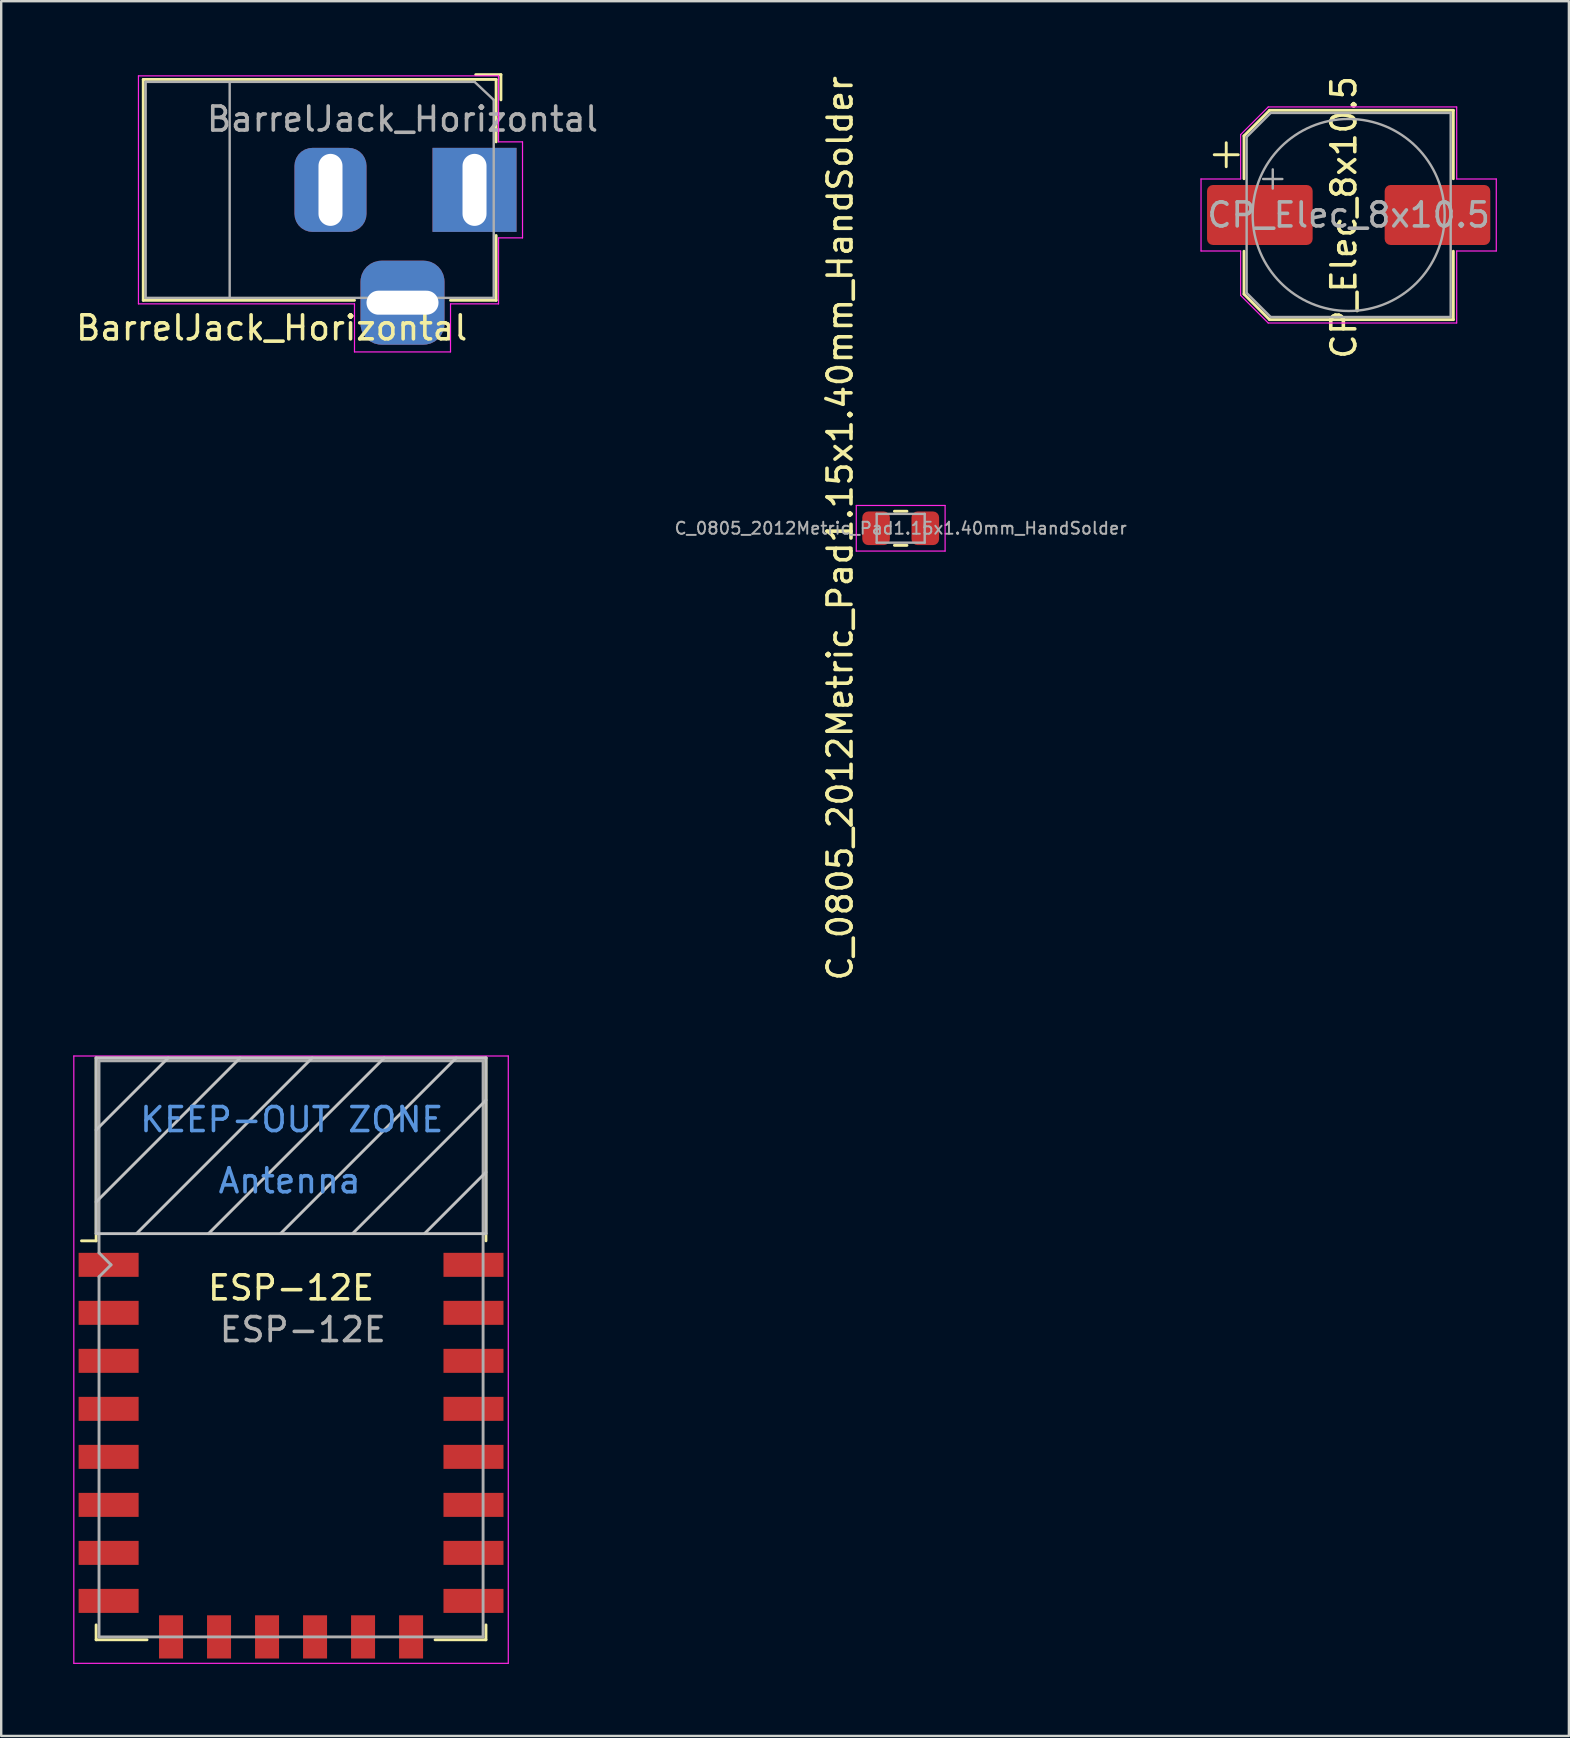
<source format=kicad_pcb>
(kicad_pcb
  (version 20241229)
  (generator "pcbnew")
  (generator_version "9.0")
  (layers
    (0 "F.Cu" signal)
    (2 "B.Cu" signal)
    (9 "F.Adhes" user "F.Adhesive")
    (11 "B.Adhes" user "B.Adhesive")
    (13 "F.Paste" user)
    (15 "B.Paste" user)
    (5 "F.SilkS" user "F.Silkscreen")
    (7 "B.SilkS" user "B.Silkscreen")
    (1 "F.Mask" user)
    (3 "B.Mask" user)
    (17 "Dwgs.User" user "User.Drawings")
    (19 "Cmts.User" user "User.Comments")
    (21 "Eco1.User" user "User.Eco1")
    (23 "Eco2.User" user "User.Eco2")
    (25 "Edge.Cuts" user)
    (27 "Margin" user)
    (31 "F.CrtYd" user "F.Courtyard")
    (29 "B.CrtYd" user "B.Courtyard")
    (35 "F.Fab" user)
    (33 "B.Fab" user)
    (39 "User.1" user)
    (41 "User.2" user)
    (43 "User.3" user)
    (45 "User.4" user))
  (footprint "BarrelJack_Horizontal"
    (layer "F.Cu")
    (at 16.718 4.86)
    (property "Reference" "BarrelJack_Horizontal" (at -8.45 5.75 0) (layer "F.SilkS") (effects (font (size 1 1) (thickness 0.15))))
    (attr through_hole)
    (fp_line (start -13.8 -4.6) (end 0.9 -4.6) (stroke (width 0.12) (type solid)) (layer "F.SilkS"))
    (fp_line (start -13.8 4.6) (end -13.8 -4.6) (stroke (width 0.12) (type solid)) (layer "F.SilkS"))
    (fp_line (start -5 4.6) (end -13.8 4.6) (stroke (width 0.12) (type solid)) (layer "F.SilkS"))
    (fp_line (start 0.05 -4.8) (end 1.1 -4.8) (stroke (width 0.12) (type solid)) (layer "F.SilkS"))
    (fp_line (start 0.9 -4.6) (end 0.9 -2) (stroke (width 0.12) (type solid)) (layer "F.SilkS"))
    (fp_line (start 0.9 1.9) (end 0.9 4.6) (stroke (width 0.12) (type solid)) (layer "F.SilkS"))
    (fp_line (start 0.9 4.6) (end -1 4.6) (stroke (width 0.12) (type solid)) (layer "F.SilkS"))
    (fp_line (start 1.1 -3.75) (end 1.1 -4.8) (stroke (width 0.12) (type solid)) (layer "F.SilkS"))
    (fp_line (start -14 4.75) (end -14 -4.75) (stroke (width 0.05) (type solid)) (layer "F.CrtYd"))
    (fp_line (start -5 4.75) (end -14 4.75) (stroke (width 0.05) (type solid)) (layer "F.CrtYd"))
    (fp_line (start -5 6.75) (end -5 4.75) (stroke (width 0.05) (type solid)) (layer "F.CrtYd"))
    (fp_line (start -1 4.75) (end -1 6.75) (stroke (width 0.05) (type solid)) (layer "F.CrtYd"))
    (fp_line (start -1 6.75) (end -5 6.75) (stroke (width 0.05) (type solid)) (layer "F.CrtYd"))
    (fp_line (start 1 -4.75) (end -14 -4.75) (stroke (width 0.05) (type solid)) (layer "F.CrtYd"))
    (fp_line (start 1 -4.5) (end 1 -4.75) (stroke (width 0.05) (type solid)) (layer "F.CrtYd"))
    (fp_line (start 1 -4.5) (end 1 -2) (stroke (width 0.05) (type solid)) (layer "F.CrtYd"))
    (fp_line (start 1 -2) (end 2 -2) (stroke (width 0.05) (type solid)) (layer "F.CrtYd"))
    (fp_line (start 1 2) (end 1 4.75) (stroke (width 0.05) (type solid)) (layer "F.CrtYd"))
    (fp_line (start 1 4.75) (end -1 4.75) (stroke (width 0.05) (type solid)) (layer "F.CrtYd"))
    (fp_line (start 2 -2) (end 2 2) (stroke (width 0.05) (type solid)) (layer "F.CrtYd"))
    (fp_line (start 2 2) (end 1 2) (stroke (width 0.05) (type solid)) (layer "F.CrtYd"))
    (fp_line (start -13.7 -4.5) (end -13.7 4.5) (stroke (width 0.1) (type solid)) (layer "F.Fab"))
    (fp_line (start -13.7 4.5) (end 0.8 4.5) (stroke (width 0.1) (type solid)) (layer "F.Fab"))
    (fp_line (start -10.2 -4.5) (end -10.2 4.5) (stroke (width 0.1) (type solid)) (layer "F.Fab"))
    (fp_line (start -0.003 -4.505) (end 0.8 -3.75) (stroke (width 0.1) (type solid)) (layer "F.Fab"))
    (fp_line (start 0 -4.5) (end -13.7 -4.5) (stroke (width 0.1) (type solid)) (layer "F.Fab"))
    (fp_line (start 0.8 4.5) (end 0.8 -3.75) (stroke (width 0.1) (type solid)) (layer "F.Fab"))
    (fp_text user "${REFERENCE}" (at -3 -2.95 0) (layer "F.Fab") (effects (font (size 1 1) (thickness 0.15))))
    (pad "1" thru_hole rect (at 0 0) (size 3.5 3.5) (drill oval 1 3) (layers "*.Cu" "*.Mask"))
    (pad "2" thru_hole roundrect (at -6 0) (size 3 3.5) (drill oval 1 3) (layers "*.Cu" "*.Mask") (roundrect_rratio 0.25))
    (pad "3" thru_hole roundrect (at -3 4.7) (size 3.5 3.5) (drill oval 3 1) (layers "*.Cu" "*.Mask") (roundrect_rratio 0.25)))
  (footprint "CP_Elec_8x10.5"
    (layer "F.Cu")
    (at 53.134 5.906)
    (property "Reference" "CP_Elec_8x10.5" (at -0.2 0.1 90) (layer "F.SilkS") (effects (font (size 1 1) (thickness 0.15))))
    (attr smd)
    (fp_line (start -5.6 -2.51) (end -4.6 -2.51) (stroke (width 0.12) (type solid)) (layer "F.SilkS"))
    (fp_line (start -5.1 -3.01) (end -5.1 -2.01) (stroke (width 0.12) (type solid)) (layer "F.SilkS"))
    (fp_line (start -4.36 -3.296) (end -4.36 -1.51) (stroke (width 0.12) (type solid)) (layer "F.SilkS"))
    (fp_line (start -4.36 -3.296) (end -3.296 -4.36) (stroke (width 0.12) (type solid)) (layer "F.SilkS"))
    (fp_line (start -4.36 3.296) (end -4.36 1.51) (stroke (width 0.12) (type solid)) (layer "F.SilkS"))
    (fp_line (start -4.36 3.296) (end -3.296 4.36) (stroke (width 0.12) (type solid)) (layer "F.SilkS"))
    (fp_line (start -3.296 -4.36) (end 4.36 -4.36) (stroke (width 0.12) (type solid)) (layer "F.SilkS"))
    (fp_line (start -3.296 4.36) (end 4.36 4.36) (stroke (width 0.12) (type solid)) (layer "F.SilkS"))
    (fp_line (start 4.36 -4.36) (end 4.36 -1.51) (stroke (width 0.12) (type solid)) (layer "F.SilkS"))
    (fp_line (start 4.36 4.36) (end 4.36 1.51) (stroke (width 0.12) (type solid)) (layer "F.SilkS"))
    (fp_line (start -6.15 -1.5) (end -6.15 1.5) (stroke (width 0.05) (type solid)) (layer "F.CrtYd"))
    (fp_line (start -6.15 1.5) (end -4.5 1.5) (stroke (width 0.05) (type solid)) (layer "F.CrtYd"))
    (fp_line (start -4.5 -3.35) (end -4.5 -1.5) (stroke (width 0.05) (type solid)) (layer "F.CrtYd"))
    (fp_line (start -4.5 -3.35) (end -3.35 -4.5) (stroke (width 0.05) (type solid)) (layer "F.CrtYd"))
    (fp_line (start -4.5 -1.5) (end -6.15 -1.5) (stroke (width 0.05) (type solid)) (layer "F.CrtYd"))
    (fp_line (start -4.5 1.5) (end -4.5 3.35) (stroke (width 0.05) (type solid)) (layer "F.CrtYd"))
    (fp_line (start -4.5 3.35) (end -3.35 4.5) (stroke (width 0.05) (type solid)) (layer "F.CrtYd"))
    (fp_line (start -3.35 -4.5) (end 4.5 -4.5) (stroke (width 0.05) (type solid)) (layer "F.CrtYd"))
    (fp_line (start -3.35 4.5) (end 4.5 4.5) (stroke (width 0.05) (type solid)) (layer "F.CrtYd"))
    (fp_line (start 4.5 -4.5) (end 4.5 -1.5) (stroke (width 0.05) (type solid)) (layer "F.CrtYd"))
    (fp_line (start 4.5 -1.5) (end 6.15 -1.5) (stroke (width 0.05) (type solid)) (layer "F.CrtYd"))
    (fp_line (start 4.5 1.5) (end 4.5 4.5) (stroke (width 0.05) (type solid)) (layer "F.CrtYd"))
    (fp_line (start 6.15 -1.5) (end 6.15 1.5) (stroke (width 0.05) (type solid)) (layer "F.CrtYd"))
    (fp_line (start 6.15 1.5) (end 4.5 1.5) (stroke (width 0.05) (type solid)) (layer "F.CrtYd"))
    (fp_line (start -4.25 -3.25) (end -4.25 3.25) (stroke (width 0.1) (type solid)) (layer "F.Fab"))
    (fp_line (start -4.25 -3.25) (end -3.25 -4.25) (stroke (width 0.1) (type solid)) (layer "F.Fab"))
    (fp_line (start -4.25 3.25) (end -3.25 4.25) (stroke (width 0.1) (type solid)) (layer "F.Fab"))
    (fp_line (start -3.562 -1.5) (end -2.762 -1.5) (stroke (width 0.1) (type solid)) (layer "F.Fab"))
    (fp_line (start -3.25 -4.25) (end 4.25 -4.25) (stroke (width 0.1) (type solid)) (layer "F.Fab"))
    (fp_line (start -3.25 4.25) (end 4.25 4.25) (stroke (width 0.1) (type solid)) (layer "F.Fab"))
    (fp_line (start -3.162 -1.9) (end -3.162 -1.1) (stroke (width 0.1) (type solid)) (layer "F.Fab"))
    (fp_line (start 4.25 -4.25) (end 4.25 4.25) (stroke (width 0.1) (type solid)) (layer "F.Fab"))
    (fp_circle (center 0 0) (end 4 0) (stroke (width 0.1) (type solid)) (fill no) (layer "F.Fab"))
    (fp_text user "${REFERENCE}" (at 0 0 0) (layer "F.Fab") (effects (font (size 1 1) (thickness 0.15))))
    (pad "1" smd roundrect (at -3.7 0) (size 4.4 2.5) (layers "F.Cu" "F.Mask" "F.Paste") (roundrect_rratio 0.1))
    (pad "2" smd roundrect (at 3.7 0) (size 4.4 2.5) (layers "F.Cu" "F.Mask" "F.Paste") (roundrect_rratio 0.1)))
  (footprint "C_0805_2012Metric_Pad1.15x1.40mm_HandSolder"
    (layer "F.Cu")
    (at 34.472 18.958)
    (property "Reference" "C_0805_2012Metric_Pad1.15x1.40mm_HandSolder" (at -2.525 0 90) (layer "F.SilkS") (effects (font (size 1 1) (thickness 0.15))))
    (attr smd)
    (fp_line (start -0.261 -0.71) (end 0.261 -0.71) (stroke (width 0.12) (type solid)) (layer "F.SilkS"))
    (fp_line (start -0.261 0.71) (end 0.261 0.71) (stroke (width 0.12) (type solid)) (layer "F.SilkS"))
    (fp_line (start -1.85 -0.95) (end 1.85 -0.95) (stroke (width 0.05) (type solid)) (layer "F.CrtYd"))
    (fp_line (start -1.85 0.95) (end -1.85 -0.95) (stroke (width 0.05) (type solid)) (layer "F.CrtYd"))
    (fp_line (start 1.85 -0.95) (end 1.85 0.95) (stroke (width 0.05) (type solid)) (layer "F.CrtYd"))
    (fp_line (start 1.85 0.95) (end -1.85 0.95) (stroke (width 0.05) (type solid)) (layer "F.CrtYd"))
    (fp_line (start -1 -0.6) (end 1 -0.6) (stroke (width 0.1) (type solid)) (layer "F.Fab"))
    (fp_line (start -1 0.6) (end -1 -0.6) (stroke (width 0.1) (type solid)) (layer "F.Fab"))
    (fp_line (start 1 -0.6) (end 1 0.6) (stroke (width 0.1) (type solid)) (layer "F.Fab"))
    (fp_line (start 1 0.6) (end -1 0.6) (stroke (width 0.1) (type solid)) (layer "F.Fab"))
    (fp_text user "${REFERENCE}" (at 0 0 180) (layer "F.Fab") (effects (font (size 0.5 0.5) (thickness 0.08))))
    (pad "1" smd roundrect (at -1.025 0) (size 1.15 1.4) (layers "F.Cu" "F.Mask" "F.Paste") (roundrect_rratio 0.217))
    (pad "2" smd roundrect (at 1.025 0) (size 1.15 1.4) (layers "F.Cu" "F.Mask" "F.Paste") (roundrect_rratio 0.217)))
  (footprint "ESP-12E"
    (layer "F.Cu")
    (at 9.075 53.142)
    (property "Reference" "ESP-12E" (at 0 -2.54 0) (layer "F.SilkS") (effects (font (size 1 1) (thickness 0.15))))
    (attr smd)
    (fp_line (start -8.12 -12.12) (end 8.12 -12.12) (stroke (width 0.12) (type solid)) (layer "F.SilkS"))
    (fp_line (start -8.12 -4.5) (end -8.73 -4.5) (stroke (width 0.12) (type solid)) (layer "F.SilkS"))
    (fp_line (start -8.12 -4.5) (end -8.12 -12.12) (stroke (width 0.12) (type solid)) (layer "F.SilkS"))
    (fp_line (start -8.12 12.12) (end -8.12 11.5) (stroke (width 0.12) (type solid)) (layer "F.SilkS"))
    (fp_line (start -6 12.12) (end -8.12 12.12) (stroke (width 0.12) (type solid)) (layer "F.SilkS"))
    (fp_line (start 8.12 -12.12) (end 8.12 -4.5) (stroke (width 0.12) (type solid)) (layer "F.SilkS"))
    (fp_line (start 8.12 11.5) (end 8.12 12.12) (stroke (width 0.12) (type solid)) (layer "F.SilkS"))
    (fp_line (start 8.12 12.12) (end 6 12.12) (stroke (width 0.12) (type solid)) (layer "F.SilkS"))
    (fp_line (start -8.12 -12.12) (end 8.12 -12.12) (stroke (width 0.12) (type solid)) (layer "Dwgs.User"))
    (fp_line (start -8.12 -9.12) (end -5.12 -12.12) (stroke (width 0.12) (type solid)) (layer "Dwgs.User"))
    (fp_line (start -8.12 -6.12) (end -2.12 -12.12) (stroke (width 0.12) (type solid)) (layer "Dwgs.User"))
    (fp_line (start -8.12 -4.8) (end -8.12 -12.12) (stroke (width 0.12) (type solid)) (layer "Dwgs.User"))
    (fp_line (start -6.44 -4.8) (end 0.88 -12.12) (stroke (width 0.12) (type solid)) (layer "Dwgs.User"))
    (fp_line (start -3.44 -4.8) (end 3.88 -12.12) (stroke (width 0.12) (type solid)) (layer "Dwgs.User"))
    (fp_line (start -0.44 -4.8) (end 6.88 -12.12) (stroke (width 0.12) (type solid)) (layer "Dwgs.User"))
    (fp_line (start 2.56 -4.8) (end 8.12 -10.36) (stroke (width 0.12) (type solid)) (layer "Dwgs.User"))
    (fp_line (start 5.56 -4.8) (end 8.12 -7.36) (stroke (width 0.12) (type solid)) (layer "Dwgs.User"))
    (fp_line (start 8.12 -12.12) (end 8.12 -4.8) (stroke (width 0.12) (type solid)) (layer "Dwgs.User"))
    (fp_line (start 8.12 -4.8) (end -8.12 -4.8) (stroke (width 0.12) (type solid)) (layer "Dwgs.User"))
    (fp_line (start -9.05 -12.2) (end 9.05 -12.2) (stroke (width 0.05) (type solid)) (layer "F.CrtYd"))
    (fp_line (start -9.05 13.1) (end -9.05 -12.2) (stroke (width 0.05) (type solid)) (layer "F.CrtYd"))
    (fp_line (start 9.05 -12.2) (end 9.05 13.1) (stroke (width 0.05) (type solid)) (layer "F.CrtYd"))
    (fp_line (start 9.05 13.1) (end -9.05 13.1) (stroke (width 0.05) (type solid)) (layer "F.CrtYd"))
    (fp_line (start -8 -12) (end 8 -12) (stroke (width 0.12) (type solid)) (layer "F.Fab"))
    (fp_line (start -8 -4) (end -8 -12) (stroke (width 0.12) (type solid)) (layer "F.Fab"))
    (fp_line (start -8 -3) (end -7.5 -3.5) (stroke (width 0.12) (type solid)) (layer "F.Fab"))
    (fp_line (start -8 12) (end -8 -3) (stroke (width 0.12) (type solid)) (layer "F.Fab"))
    (fp_line (start -7.5 -3.5) (end -8 -4) (stroke (width 0.12) (type solid)) (layer "F.Fab"))
    (fp_line (start 8 -12) (end 8 12) (stroke (width 0.12) (type solid)) (layer "F.Fab"))
    (fp_line (start 8 12) (end -8 12) (stroke (width 0.12) (type solid)) (layer "F.Fab"))
    (fp_text user "Antenna" (at -0.06 -7 180) (layer "Cmts.User") (effects (font (size 1 1) (thickness 0.15))))
    (fp_text user "KEEP-OUT ZONE" (at 0.03 -9.55 180) (layer "Cmts.User") (effects (font (size 1 1) (thickness 0.15))))
    (fp_text user "${REFERENCE}" (at 0.49 -0.8 0) (layer "F.Fab") (effects (font (size 1 1) (thickness 0.15))))
    (pad "1" smd rect (at -7.6 -3.5) (size 2.5 1) (layers "F.Cu" "F.Mask" "F.Paste"))
    (pad "2" smd rect (at -7.6 -1.5) (size 2.5 1) (layers "F.Cu" "F.Mask" "F.Paste"))
    (pad "3" smd rect (at -7.6 0.5) (size 2.5 1) (layers "F.Cu" "F.Mask" "F.Paste"))
    (pad "4" smd rect (at -7.6 2.5) (size 2.5 1) (layers "F.Cu" "F.Mask" "F.Paste"))
    (pad "5" smd rect (at -7.6 4.5) (size 2.5 1) (layers "F.Cu" "F.Mask" "F.Paste"))
    (pad "6" smd rect (at -7.6 6.5) (size 2.5 1) (layers "F.Cu" "F.Mask" "F.Paste"))
    (pad "7" smd rect (at -7.6 8.5) (size 2.5 1) (layers "F.Cu" "F.Mask" "F.Paste"))
    (pad "8" smd rect (at -7.6 10.5) (size 2.5 1) (layers "F.Cu" "F.Mask" "F.Paste"))
    (pad "9" smd rect (at -5 12) (size 1 1.8) (layers "F.Cu" "F.Mask" "F.Paste"))
    (pad "10" smd rect (at -3 12) (size 1 1.8) (layers "F.Cu" "F.Mask" "F.Paste"))
    (pad "11" smd rect (at -1 12) (size 1 1.8) (layers "F.Cu" "F.Mask" "F.Paste"))
    (pad "12" smd rect (at 1 12) (size 1 1.8) (layers "F.Cu" "F.Mask" "F.Paste"))
    (pad "13" smd rect (at 3 12) (size 1 1.8) (layers "F.Cu" "F.Mask" "F.Paste"))
    (pad "14" smd rect (at 5 12) (size 1 1.8) (layers "F.Cu" "F.Mask" "F.Paste"))
    (pad "15" smd rect (at 7.6 10.5) (size 2.5 1) (layers "F.Cu" "F.Mask" "F.Paste"))
    (pad "16" smd rect (at 7.6 8.5) (size 2.5 1) (layers "F.Cu" "F.Mask" "F.Paste"))
    (pad "17" smd rect (at 7.6 6.5) (size 2.5 1) (layers "F.Cu" "F.Mask" "F.Paste"))
    (pad "18" smd rect (at 7.6 4.5) (size 2.5 1) (layers "F.Cu" "F.Mask" "F.Paste"))
    (pad "19" smd rect (at 7.6 2.5) (size 2.5 1) (layers "F.Cu" "F.Mask" "F.Paste"))
    (pad "20" smd rect (at 7.6 0.5) (size 2.5 1) (layers "F.Cu" "F.Mask" "F.Paste"))
    (pad "21" smd rect (at 7.6 -1.5) (size 2.5 1) (layers "F.Cu" "F.Mask" "F.Paste"))
    (pad "22" smd rect (at 7.6 -3.5) (size 2.5 1) (layers "F.Cu" "F.Mask" "F.Paste")))
  (gr_rect
    (start -3 -3)
    (end 62.309 69.267)
    (stroke (width 0.1) (type default))
    (fill no)
    (layer "Edge.Cuts")))
</source>
